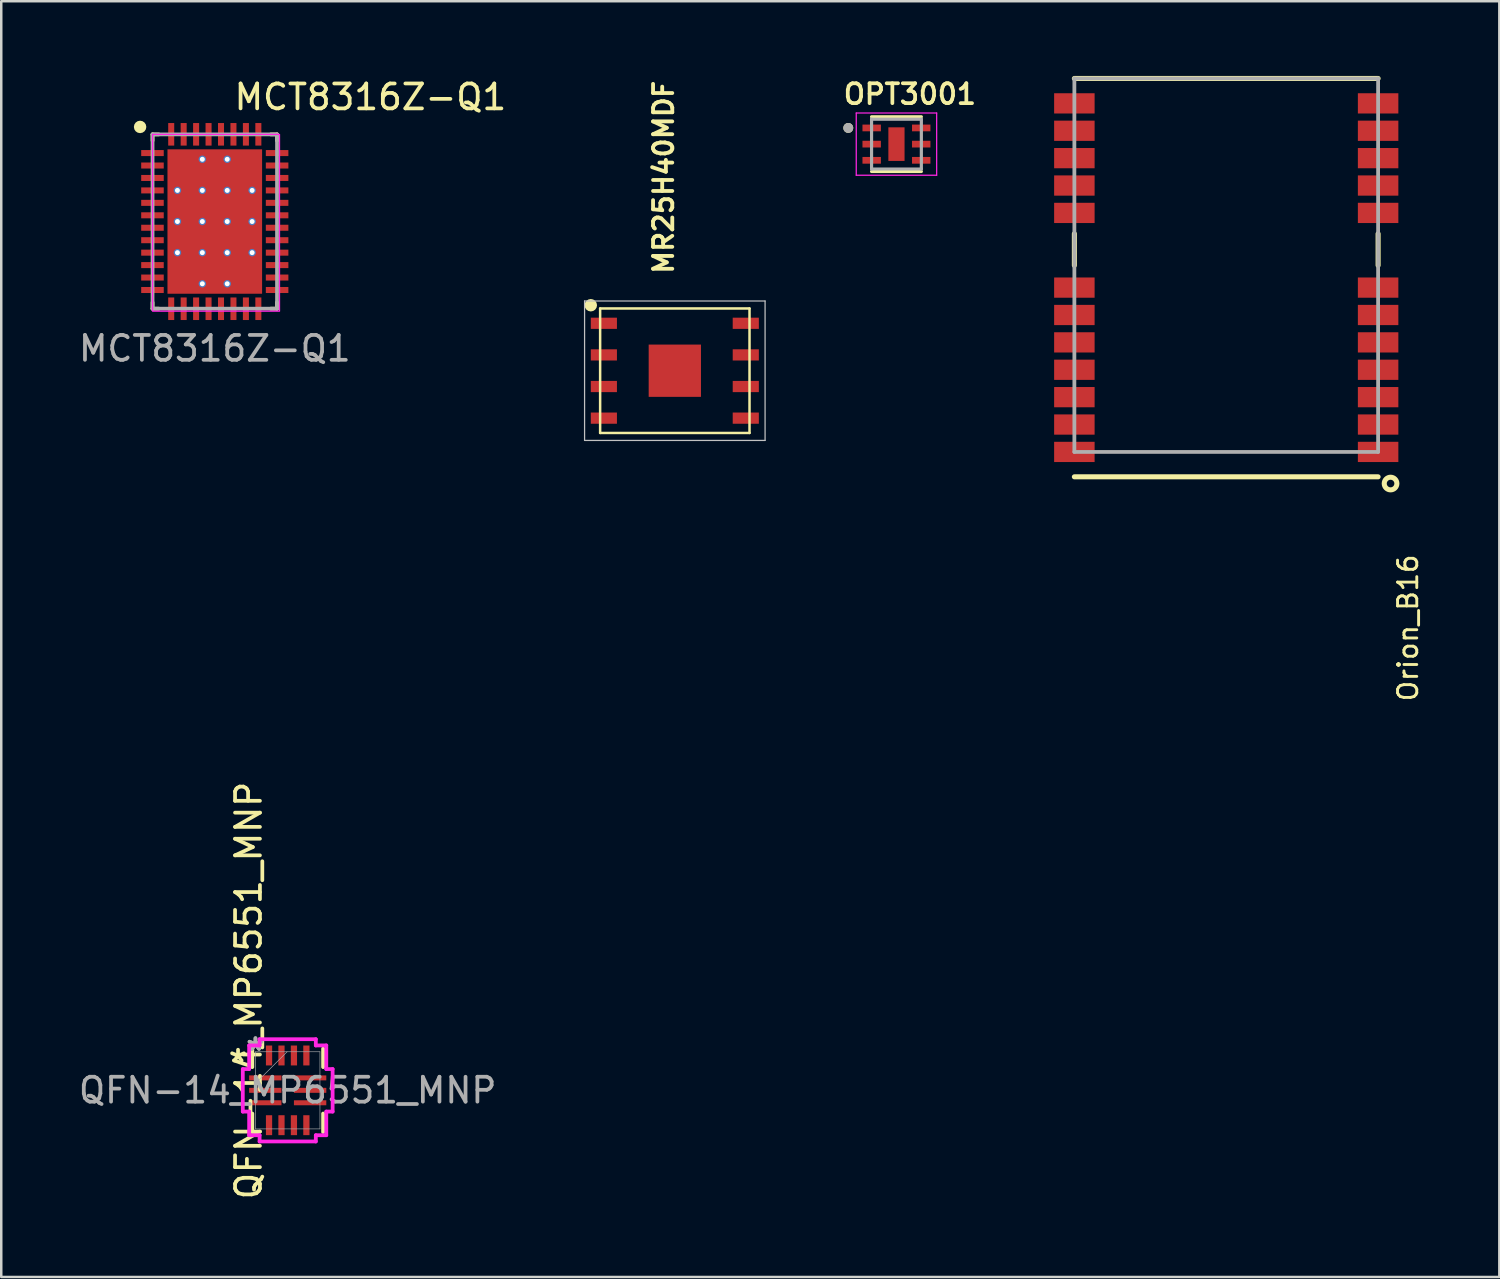
<source format=kicad_pcb>
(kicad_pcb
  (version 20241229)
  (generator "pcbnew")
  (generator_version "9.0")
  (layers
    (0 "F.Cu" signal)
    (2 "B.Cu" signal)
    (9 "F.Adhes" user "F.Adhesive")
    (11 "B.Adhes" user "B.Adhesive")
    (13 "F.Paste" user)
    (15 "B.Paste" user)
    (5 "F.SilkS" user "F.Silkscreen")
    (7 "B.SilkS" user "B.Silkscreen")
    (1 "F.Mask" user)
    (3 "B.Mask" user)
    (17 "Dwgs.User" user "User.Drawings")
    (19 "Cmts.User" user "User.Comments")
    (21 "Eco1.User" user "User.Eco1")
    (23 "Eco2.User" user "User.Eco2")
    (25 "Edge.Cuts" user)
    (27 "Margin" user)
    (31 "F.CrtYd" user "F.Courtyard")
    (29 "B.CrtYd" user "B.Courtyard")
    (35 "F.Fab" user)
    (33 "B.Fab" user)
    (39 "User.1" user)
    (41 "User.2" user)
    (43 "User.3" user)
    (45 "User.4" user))
  (footprint "MCT8316Z-Q1"
    (layer "F.Cu")
    (at 5.577 5.848)
    (property "Reference" "MCT8316Z-Q1" (at 6.25 -5 0) (unlocked yes) (layer "F.SilkS") (effects (font (size 1 1) (thickness 0.15))))
    (fp_line (start -2.5 -3.5) (end -2.25 -3.5) (stroke (width 0.15) (type solid)) (layer "F.SilkS"))
    (fp_line (start -2.5 -3.25) (end -2.5 -3.5) (stroke (width 0.15) (type solid)) (layer "F.SilkS"))
    (fp_line (start -2.5 3.5) (end -2.5 3.25) (stroke (width 0.15) (type solid)) (layer "F.SilkS"))
    (fp_line (start -2.5 3.5) (end -2.25 3.5) (stroke (width 0.15) (type solid)) (layer "F.SilkS"))
    (fp_line (start 2.25 -3.5) (end 2.5 -3.5) (stroke (width 0.15) (type solid)) (layer "F.SilkS"))
    (fp_line (start 2.25 3.5) (end 2.5 3.5) (stroke (width 0.15) (type solid)) (layer "F.SilkS"))
    (fp_line (start 2.5 -3.25) (end 2.5 -3.5) (stroke (width 0.15) (type solid)) (layer "F.SilkS"))
    (fp_line (start 2.5 3.5) (end 2.5 3.25) (stroke (width 0.15) (type solid)) (layer "F.SilkS"))
    (fp_circle (center -3 -3.8) (end -2.875 -3.8) (stroke (width 0.25) (type solid)) (fill no) (layer "F.SilkS"))
    (fp_poly (pts (xy -1.278 -0.311) (xy 1.278 -0.311) (xy 1.278 -2.278) (xy -1.278 -2.278)) (stroke (width 0) (type solid)) (fill yes) (layer "F.Paste"))
    (fp_poly (pts (xy -1.278 2.278) (xy 1.278 2.278) (xy 1.278 0.311) (xy -1.278 0.311)) (stroke (width 0) (type solid)) (fill yes) (layer "F.Paste"))
    (fp_rect (start -2.5 -3.5) (end 2.6 3.6) (stroke (width 0.05) (type default)) (fill no) (layer "F.CrtYd"))
    (fp_line (start -2.5 -3.5) (end 2.5 -3.5) (stroke (width 0.15) (type solid)) (layer "F.Fab"))
    (fp_line (start -2.5 3.5) (end -2.5 -3.5) (stroke (width 0.15) (type solid)) (layer "F.Fab"))
    (fp_line (start -2.5 3.5) (end 2.5 3.5) (stroke (width 0.15) (type solid)) (layer "F.Fab"))
    (fp_line (start 2.5 3.5) (end 2.5 -3.5) (stroke (width 0.15) (type solid)) (layer "F.Fab"))
    (fp_text user "${REFERENCE}" (at 0 5.1 0) (unlocked yes) (layer "F.Fab") (effects (font (size 1 1) (thickness 0.15))))
    (pad "1" smd rect (at -2.503 -2.75 90) (size 0.242 0.906) (layers "F.Cu" "F.Mask" "F.Paste"))
    (pad "2" smd rect (at -2.503 -2.25 90) (size 0.242 0.906) (layers "F.Cu" "F.Mask" "F.Paste"))
    (pad "3" smd rect (at -2.503 -1.75 90) (size 0.242 0.906) (layers "F.Cu" "F.Mask" "F.Paste"))
    (pad "4" smd rect (at -2.503 -1.25 90) (size 0.242 0.906) (layers "F.Cu" "F.Mask" "F.Paste"))
    (pad "5" smd rect (at -2.503 -0.75 90) (size 0.242 0.906) (layers "F.Cu" "F.Mask" "F.Paste"))
    (pad "6" smd rect (at -2.503 -0.25 90) (size 0.242 0.906) (layers "F.Cu" "F.Mask" "F.Paste"))
    (pad "7" smd rect (at -2.503 0.25 90) (size 0.242 0.906) (layers "F.Cu" "F.Mask" "F.Paste"))
    (pad "8" smd rect (at -2.503 0.75 90) (size 0.242 0.906) (layers "F.Cu" "F.Mask" "F.Paste"))
    (pad "9" smd rect (at -2.503 1.25 90) (size 0.242 0.906) (layers "F.Cu" "F.Mask" "F.Paste"))
    (pad "10" smd rect (at -2.503 1.75 90) (size 0.242 0.906) (layers "F.Cu" "F.Mask" "F.Paste"))
    (pad "11" smd rect (at -2.503 2.25 90) (size 0.242 0.906) (layers "F.Cu" "F.Mask" "F.Paste"))
    (pad "12" smd rect (at -2.503 2.75 90) (size 0.242 0.906) (layers "F.Cu" "F.Mask" "F.Paste"))
    (pad "13" smd rect (at -1.75 3.503) (size 0.242 0.906) (layers "F.Cu" "F.Mask" "F.Paste"))
    (pad "14" smd rect (at -1.25 3.503) (size 0.242 0.906) (layers "F.Cu" "F.Mask" "F.Paste"))
    (pad "15" smd rect (at -0.75 3.503) (size 0.242 0.906) (layers "F.Cu" "F.Mask" "F.Paste"))
    (pad "16" smd rect (at -0.25 3.503) (size 0.242 0.906) (layers "F.Cu" "F.Mask" "F.Paste"))
    (pad "17" smd rect (at 0.25 3.503) (size 0.242 0.906) (layers "F.Cu" "F.Mask" "F.Paste"))
    (pad "18" smd rect (at 0.75 3.503) (size 0.242 0.906) (layers "F.Cu" "F.Mask" "F.Paste"))
    (pad "19" smd rect (at 1.25 3.503) (size 0.242 0.906) (layers "F.Cu" "F.Mask" "F.Paste"))
    (pad "20" smd rect (at 1.75 3.503) (size 0.242 0.906) (layers "F.Cu" "F.Mask" "F.Paste"))
    (pad "21" smd rect (at 2.503 2.75 90) (size 0.242 0.906) (layers "F.Cu" "F.Mask" "F.Paste"))
    (pad "22" smd rect (at 2.503 2.25 90) (size 0.242 0.906) (layers "F.Cu" "F.Mask" "F.Paste"))
    (pad "23" smd rect (at 2.503 1.75 90) (size 0.242 0.906) (layers "F.Cu" "F.Mask" "F.Paste"))
    (pad "24" smd rect (at 2.503 1.25 90) (size 0.242 0.906) (layers "F.Cu" "F.Mask" "F.Paste"))
    (pad "25" smd rect (at 2.503 0.75 90) (size 0.242 0.906) (layers "F.Cu" "F.Mask" "F.Paste"))
    (pad "26" smd rect (at 2.503 0.25 90) (size 0.242 0.906) (layers "F.Cu" "F.Mask" "F.Paste"))
    (pad "27" smd rect (at 2.503 -0.25 90) (size 0.242 0.906) (layers "F.Cu" "F.Mask" "F.Paste"))
    (pad "28" smd rect (at 2.503 -0.75 90) (size 0.242 0.906) (layers "F.Cu" "F.Mask" "F.Paste"))
    (pad "29" smd rect (at 2.503 -1.25 90) (size 0.242 0.906) (layers "F.Cu" "F.Mask" "F.Paste"))
    (pad "30" smd rect (at 2.503 -1.75 90) (size 0.242 0.906) (layers "F.Cu" "F.Mask" "F.Paste"))
    (pad "31" smd rect (at 2.503 -2.25 90) (size 0.242 0.906) (layers "F.Cu" "F.Mask" "F.Paste"))
    (pad "32" smd rect (at 2.503 -2.75 90) (size 0.242 0.906) (layers "F.Cu" "F.Mask" "F.Paste"))
    (pad "33" smd rect (at 1.75 -3.503) (size 0.242 0.906) (layers "F.Cu" "F.Mask" "F.Paste"))
    (pad "34" smd rect (at 1.25 -3.503) (size 0.242 0.906) (layers "F.Cu" "F.Mask" "F.Paste"))
    (pad "35" smd rect (at 0.75 -3.503) (size 0.242 0.906) (layers "F.Cu" "F.Mask" "F.Paste"))
    (pad "36" smd rect (at 0.25 -3.503) (size 0.242 0.906) (layers "F.Cu" "F.Mask" "F.Paste"))
    (pad "37" smd rect (at -0.25 -3.503) (size 0.242 0.906) (layers "F.Cu" "F.Mask" "F.Paste"))
    (pad "38" smd rect (at -0.75 -3.503) (size 0.242 0.906) (layers "F.Cu" "F.Mask" "F.Paste"))
    (pad "39" smd rect (at -1.25 -3.503) (size 0.242 0.906) (layers "F.Cu" "F.Mask" "F.Paste"))
    (pad "40" smd rect (at -1.75 -3.503) (size 0.242 0.906) (layers "F.Cu" "F.Mask" "F.Paste"))
    (pad "41" thru_hole circle (at -1.5 -1.25) (size 0.3 0.3) (drill 0.2) (layers "*.Cu" "*.Mask"))
    (pad "41" thru_hole circle (at -1.5 0) (size 0.3 0.3) (drill 0.2) (layers "*.Cu" "*.Mask"))
    (pad "41" thru_hole circle (at -1.5 1.25) (size 0.3 0.3) (drill 0.2) (layers "*.Cu" "*.Mask"))
    (pad "41" thru_hole circle (at -0.5 -2.5) (size 0.3 0.3) (drill 0.2) (layers "*.Cu" "*.Mask"))
    (pad "41" thru_hole circle (at -0.5 -1.25) (size 0.3 0.3) (drill 0.2) (layers "*.Cu" "*.Mask"))
    (pad "41" thru_hole circle (at -0.5 0) (size 0.3 0.3) (drill 0.2) (layers "*.Cu" "*.Mask"))
    (pad "41" thru_hole circle (at -0.5 1.25) (size 0.3 0.3) (drill 0.2) (layers "*.Cu" "*.Mask"))
    (pad "41" thru_hole circle (at -0.5 2.5) (size 0.3 0.3) (drill 0.2) (layers "*.Cu" "*.Mask"))
    (pad "41" smd rect (at 0 0) (size 3.8 5.8) (layers "F.Cu" "F.Mask"))
    (pad "41" thru_hole circle (at 0.5 -2.5) (size 0.3 0.3) (drill 0.2) (layers "*.Cu" "*.Mask"))
    (pad "41" thru_hole circle (at 0.5 -1.25) (size 0.3 0.3) (drill 0.2) (layers "*.Cu" "*.Mask"))
    (pad "41" thru_hole circle (at 0.5 0) (size 0.3 0.3) (drill 0.2) (layers "*.Cu" "*.Mask"))
    (pad "41" thru_hole circle (at 0.5 1.25) (size 0.3 0.3) (drill 0.2) (layers "*.Cu" "*.Mask"))
    (pad "41" thru_hole circle (at 0.5 2.5) (size 0.3 0.3) (drill 0.2) (layers "*.Cu" "*.Mask"))
    (pad "41" thru_hole circle (at 1.5 -1.25) (size 0.3 0.3) (drill 0.2) (layers "*.Cu" "*.Mask"))
    (pad "41" thru_hole circle (at 1.5 0) (size 0.3 0.3) (drill 0.2) (layers "*.Cu" "*.Mask"))
    (pad "41" thru_hole circle (at 1.5 1.25) (size 0.3 0.3) (drill 0.2) (layers "*.Cu" "*.Mask")))
  (footprint "MR25H40MDF"
    (layer "F.Cu")
    (at 24.055 11.84)
    (property "Reference" "MR25H40MDF" (at 0 -3.81 270) (layer "F.SilkS") (effects (font (size 0.772 0.772) (thickness 0.154)) (justify left bottom)))
    (attr smd)
    (fp_line (start -3 -2.5) (end 3 -2.5) (stroke (width 0.1) (type solid)) (layer "F.SilkS"))
    (fp_line (start -3 2.5) (end -3 -2.5) (stroke (width 0.1) (type solid)) (layer "F.SilkS"))
    (fp_line (start 3 -2.5) (end 3 2.5) (stroke (width 0.1) (type solid)) (layer "F.SilkS"))
    (fp_line (start 3 2.5) (end -3 2.5) (stroke (width 0.1) (type solid)) (layer "F.SilkS"))
    (fp_circle (center -3.375 -2.63) (end -3.25 -2.63) (stroke (width 0.25) (type solid)) (fill no) (layer "F.SilkS"))
    (fp_line (start -3.625 -2.8) (end 3.625 -2.8) (stroke (width 0.05) (type solid)) (layer "Dwgs.User"))
    (fp_line (start -3.625 2.8) (end -3.625 -2.8) (stroke (width 0.05) (type solid)) (layer "Dwgs.User"))
    (fp_line (start 3.625 -2.8) (end 3.625 2.8) (stroke (width 0.05) (type solid)) (layer "Dwgs.User"))
    (fp_line (start 3.625 2.8) (end -3.625 2.8) (stroke (width 0.05) (type solid)) (layer "Dwgs.User"))
    (pad "1" smd rect (at -2.85 -1.905) (size 1.05 0.45) (layers "F.Cu" "F.Mask" "F.Paste"))
    (pad "2" smd rect (at -2.85 -0.635) (size 1.05 0.45) (layers "F.Cu" "F.Mask" "F.Paste"))
    (pad "3" smd rect (at -2.85 0.635) (size 1.05 0.45) (layers "F.Cu" "F.Mask" "F.Paste"))
    (pad "4" smd rect (at -2.85 1.905) (size 1.05 0.45) (layers "F.Cu" "F.Mask" "F.Paste"))
    (pad "5" smd rect (at 2.85 1.905) (size 1.05 0.45) (layers "F.Cu" "F.Mask" "F.Paste"))
    (pad "6" smd rect (at 2.85 0.635) (size 1.05 0.45) (layers "F.Cu" "F.Mask" "F.Paste"))
    (pad "7" smd rect (at 2.85 -0.635) (size 1.05 0.45) (layers "F.Cu" "F.Mask" "F.Paste"))
    (pad "8" smd rect (at 2.85 -1.905) (size 1.05 0.45) (layers "F.Cu" "F.Mask" "F.Paste"))
    (pad "9" smd rect (at 0 0 90) (size 2.1 2.1) (layers "F.Cu" "F.Mask" "F.Paste")))
  (footprint "Orion_B16"
    (layer "F.Cu")
    (at 46.453 7.482)
    (property "Reference" "Orion_B16" (at 6.6 11.67 90) (layer "F.SilkS") (effects (font (size 0.772 0.772) (thickness 0.116)) (justify right top)))
    (attr smd)
    (fp_line (start -6.35 -1.143) (end -6.35 0.127) (stroke (width 0.203) (type solid)) (layer "F.SilkS"))
    (fp_line (start -6.35 8.62) (end 5.85 8.62) (stroke (width 0.203) (type solid)) (layer "F.SilkS"))
    (fp_line (start 5.85 -7.38) (end -6.35 -7.38) (stroke (width 0.203) (type solid)) (layer "F.SilkS"))
    (fp_line (start 5.85 0.127) (end 5.85 -1.143) (stroke (width 0.203) (type solid)) (layer "F.SilkS"))
    (fp_circle (center 6.35 8.89) (end 6.604 8.89) (stroke (width 0.203) (type solid)) (fill no) (layer "F.SilkS"))
    (fp_line (start -6.35 -7.38) (end -6.35 7.62) (stroke (width 0.152) (type solid)) (layer "F.Fab"))
    (fp_line (start -6.35 7.62) (end 5.85 7.62) (stroke (width 0.152) (type solid)) (layer "F.Fab"))
    (fp_line (start 5.85 -7.38) (end -6.35 -7.38) (stroke (width 0.152) (type solid)) (layer "F.Fab"))
    (fp_line (start 5.85 7.62) (end 5.85 -7.38) (stroke (width 0.152) (type solid)) (layer "F.Fab"))
    (pad "1" smd rect (at 5.85 7.62 90) (size 0.813 1.626) (layers "F.Cu" "F.Mask" "F.Paste"))
    (pad "2" smd rect (at 5.85 6.52 90) (size 0.813 1.626) (layers "F.Cu" "F.Mask" "F.Paste"))
    (pad "3" smd rect (at 5.85 5.42 90) (size 0.813 1.626) (layers "F.Cu" "F.Mask" "F.Paste"))
    (pad "4" smd rect (at 5.85 4.32 90) (size 0.813 1.626) (layers "F.Cu" "F.Mask" "F.Paste"))
    (pad "5" smd rect (at 5.85 3.22 90) (size 0.813 1.626) (layers "F.Cu" "F.Mask" "F.Paste"))
    (pad "6" smd rect (at 5.85 2.12 90) (size 0.813 1.626) (layers "F.Cu" "F.Mask" "F.Paste"))
    (pad "7" smd rect (at 5.85 1.02 90) (size 0.813 1.626) (layers "F.Cu" "F.Mask" "F.Paste"))
    (pad "8" smd rect (at 5.85 -1.98 90) (size 0.813 1.626) (layers "F.Cu" "F.Mask" "F.Paste"))
    (pad "9" smd rect (at 5.85 -3.08 90) (size 0.813 1.626) (layers "F.Cu" "F.Mask" "F.Paste"))
    (pad "10" smd rect (at 5.85 -4.18 90) (size 0.813 1.626) (layers "F.Cu" "F.Mask" "F.Paste"))
    (pad "11" smd rect (at 5.85 -5.28 90) (size 0.813 1.626) (layers "F.Cu" "F.Mask" "F.Paste"))
    (pad "12" smd rect (at 5.85 -6.38 90) (size 0.813 1.626) (layers "F.Cu" "F.Mask" "F.Paste"))
    (pad "13" smd rect (at -6.35 -6.38 90) (size 0.813 1.626) (layers "F.Cu" "F.Mask" "F.Paste"))
    (pad "14" smd rect (at -6.35 -5.28 90) (size 0.813 1.626) (layers "F.Cu" "F.Mask" "F.Paste"))
    (pad "15" smd rect (at -6.35 -4.18 90) (size 0.813 1.626) (layers "F.Cu" "F.Mask" "F.Paste"))
    (pad "16" smd rect (at -6.35 -3.08 90) (size 0.813 1.626) (layers "F.Cu" "F.Mask" "F.Paste"))
    (pad "17" smd rect (at -6.35 -1.98 90) (size 0.813 1.626) (layers "F.Cu" "F.Mask" "F.Paste"))
    (pad "18" smd rect (at -6.35 1.02 90) (size 0.813 1.626) (layers "F.Cu" "F.Mask" "F.Paste"))
    (pad "19" smd rect (at -6.35 2.12 90) (size 0.813 1.626) (layers "F.Cu" "F.Mask" "F.Paste"))
    (pad "20" smd rect (at -6.35 3.22 90) (size 0.813 1.626) (layers "F.Cu" "F.Mask" "F.Paste"))
    (pad "21" smd rect (at -6.35 4.32 90) (size 0.813 1.626) (layers "F.Cu" "F.Mask" "F.Paste"))
    (pad "22" smd rect (at -6.35 5.42 90) (size 0.813 1.626) (layers "F.Cu" "F.Mask" "F.Paste"))
    (pad "23" smd rect (at -6.35 6.52 90) (size 0.813 1.626) (layers "F.Cu" "F.Mask" "F.Paste"))
    (pad "24" smd rect (at -6.35 7.62 90) (size 0.813 1.626) (layers "F.Cu" "F.Mask" "F.Paste")))
  (footprint "QFN-14_MP6551_MNP"
    (layer "F.Cu")
    (at 8.506 40.744)
    (property "Reference" "QFN-14_MP6551_MNP" (at -1.57 -4.01 90) (unlocked yes) (layer "F.SilkS") (effects (font (size 1 1) (thickness 0.15))))
    (attr smd)
    (fp_line (start -1.422 -0.933) (end -1.422 -1.676) (stroke (width 0.152) (type solid)) (layer "F.SilkS"))
    (fp_line (start -1.422 1.676) (end -1.422 0.933) (stroke (width 0.152) (type solid)) (layer "F.SilkS"))
    (fp_line (start 1.422 -1.676) (end 1.422 -0.933) (stroke (width 0.152) (type solid)) (layer "F.SilkS"))
    (fp_line (start 1.422 0.933) (end 1.422 1.676) (stroke (width 0.152) (type solid)) (layer "F.SilkS"))
    (fp_line (start -1.804 -0.854) (end -1.804 0.854) (stroke (width 0.152) (type solid)) (layer "F.CrtYd"))
    (fp_line (start -1.804 0.854) (end -1.549 0.854) (stroke (width 0.152) (type solid)) (layer "F.CrtYd"))
    (fp_line (start -1.549 -1.803) (end -1.549 -0.854) (stroke (width 0.152) (type solid)) (layer "F.CrtYd"))
    (fp_line (start -1.549 -0.854) (end -1.804 -0.854) (stroke (width 0.152) (type solid)) (layer "F.CrtYd"))
    (fp_line (start -1.549 0.854) (end -1.549 1.803) (stroke (width 0.152) (type solid)) (layer "F.CrtYd"))
    (fp_line (start -1.549 1.803) (end -1.129 1.803) (stroke (width 0.152) (type solid)) (layer "F.CrtYd"))
    (fp_line (start -1.129 -2.054) (end -1.129 -1.803) (stroke (width 0.152) (type solid)) (layer "F.CrtYd"))
    (fp_line (start -1.129 -1.803) (end -1.549 -1.803) (stroke (width 0.152) (type solid)) (layer "F.CrtYd"))
    (fp_line (start -1.129 1.803) (end -1.129 2.054) (stroke (width 0.152) (type solid)) (layer "F.CrtYd"))
    (fp_line (start -1.129 2.054) (end 1.129 2.054) (stroke (width 0.152) (type solid)) (layer "F.CrtYd"))
    (fp_line (start 1.129 -2.054) (end -1.129 -2.054) (stroke (width 0.152) (type solid)) (layer "F.CrtYd"))
    (fp_line (start 1.129 -1.803) (end 1.129 -2.054) (stroke (width 0.152) (type solid)) (layer "F.CrtYd"))
    (fp_line (start 1.129 1.803) (end 1.549 1.803) (stroke (width 0.152) (type solid)) (layer "F.CrtYd"))
    (fp_line (start 1.129 2.054) (end 1.129 1.803) (stroke (width 0.152) (type solid)) (layer "F.CrtYd"))
    (fp_line (start 1.549 -1.803) (end 1.129 -1.803) (stroke (width 0.152) (type solid)) (layer "F.CrtYd"))
    (fp_line (start 1.549 -0.854) (end 1.549 -1.803) (stroke (width 0.152) (type solid)) (layer "F.CrtYd"))
    (fp_line (start 1.549 0.854) (end 1.804 0.854) (stroke (width 0.152) (type solid)) (layer "F.CrtYd"))
    (fp_line (start 1.549 1.803) (end 1.549 0.854) (stroke (width 0.152) (type solid)) (layer "F.CrtYd"))
    (fp_line (start 1.804 -0.854) (end 1.549 -0.854) (stroke (width 0.152) (type solid)) (layer "F.CrtYd"))
    (fp_line (start 1.804 0.854) (end 1.804 -0.854) (stroke (width 0.152) (type solid)) (layer "F.CrtYd"))
    (fp_line (start -1.295 -1.549) (end -1.295 1.549) (stroke (width 0.025) (type solid)) (layer "F.Fab"))
    (fp_line (start -1.295 -0.279) (end -0.025 -1.549) (stroke (width 0.025) (type solid)) (layer "F.Fab"))
    (fp_line (start -1.295 1.549) (end 1.295 1.549) (stroke (width 0.025) (type solid)) (layer "F.Fab"))
    (fp_line (start 1.295 -1.549) (end -1.295 -1.549) (stroke (width 0.025) (type solid)) (layer "F.Fab"))
    (fp_line (start 1.295 1.549) (end 1.295 -1.549) (stroke (width 0.025) (type solid)) (layer "F.Fab"))
    (fp_text user "*" (at -1.995 -1.085 0) (unlocked yes) (layer "F.SilkS") (effects (font (size 1 1) (thickness 0.15))))
    (fp_text user "${REFERENCE}" (at 0 0 0) (unlocked yes) (layer "F.Fab") (effects (font (size 1 1) (thickness 0.15))))
    (fp_text user "*" (at -1.295 -1.549 180) (layer "F.Fab") (effects (font (size 1 1) (thickness 0.15))))
    (fp_text user "*" (at -1.295 -1.549 180) (layer "F.Fab") (effects (font (size 1 1) (thickness 0.15))))
    (pad "1" smd rect (at -0.9 -0.5) (size 1.3 0.2) (layers "F.Cu" "F.Mask" "F.Paste"))
    (pad "2" smd rect (at -0.9 0) (size 1.3 0.2) (layers "F.Cu" "F.Mask" "F.Paste"))
    (pad "3" smd rect (at -0.9 0.5) (size 1.3 0.2) (layers "F.Cu" "F.Mask" "F.Paste"))
    (pad "4" smd rect (at -0.75 1.4 90) (size 0.8 0.25) (layers "F.Cu" "F.Mask" "F.Paste"))
    (pad "5" smd rect (at -0.25 1.4 90) (size 0.8 0.25) (layers "F.Cu" "F.Mask" "F.Paste"))
    (pad "6" smd rect (at 0.25 1.4 90) (size 0.8 0.25) (layers "F.Cu" "F.Mask" "F.Paste"))
    (pad "7" smd rect (at 0.75 1.4 90) (size 0.8 0.25) (layers "F.Cu" "F.Mask" "F.Paste"))
    (pad "8" smd rect (at 0.9 0.5) (size 1.3 0.2) (layers "F.Cu" "F.Mask" "F.Paste"))
    (pad "9" smd rect (at 0.9 0) (size 1.3 0.2) (layers "F.Cu" "F.Mask" "F.Paste"))
    (pad "10" smd rect (at 0.9 -0.5) (size 1.3 0.2) (layers "F.Cu" "F.Mask" "F.Paste"))
    (pad "11" smd rect (at 0.75 -1.4 90) (size 0.8 0.25) (layers "F.Cu" "F.Mask" "F.Paste"))
    (pad "12" smd rect (at 0.25 -1.4 90) (size 0.8 0.25) (layers "F.Cu" "F.Mask" "F.Paste"))
    (pad "13" smd rect (at -0.25 -1.4 90) (size 0.8 0.25) (layers "F.Cu" "F.Mask" "F.Paste"))
    (pad "14" smd rect (at -0.75 -1.4 90) (size 0.8 0.25) (layers "F.Cu" "F.Mask" "F.Paste")))
  (footprint "OPT3001"
    (layer "F.Cu")
    (at 32.957 2.739)
    (property "Reference" "OPT3001" (at 0.54 -2.008 0) (layer "F.SilkS") (effects (font (size 0.8 0.8) (thickness 0.15))))
    (attr smd)
    (fp_line (start -1 -1.099) (end 1 -1.099) (stroke (width 0.127) (type solid)) (layer "F.SilkS"))
    (fp_line (start -1 1.099) (end 1 1.099) (stroke (width 0.127) (type solid)) (layer "F.SilkS"))
    (fp_circle (center -1.935 -0.65) (end -1.835 -0.65) (stroke (width 0.2) (type solid)) (fill no) (layer "F.SilkS"))
    (fp_poly (pts (xy -0.21 -0.43) (xy 0.21 -0.43) (xy 0.21 0.43) (xy -0.21 0.43)) (stroke (width 0.01) (type solid)) (fill yes) (layer "F.Paste"))
    (fp_line (start -1.615 -1.25) (end -1.615 1.25) (stroke (width 0.05) (type solid)) (layer "F.CrtYd"))
    (fp_line (start -1.615 -1.25) (end 1.615 -1.25) (stroke (width 0.05) (type solid)) (layer "F.CrtYd"))
    (fp_line (start -1.615 1.25) (end 1.615 1.25) (stroke (width 0.05) (type solid)) (layer "F.CrtYd"))
    (fp_line (start 1.615 -1.25) (end 1.615 1.25) (stroke (width 0.05) (type solid)) (layer "F.CrtYd"))
    (fp_line (start -1 -1) (end -1 1) (stroke (width 0.127) (type solid)) (layer "F.Fab"))
    (fp_line (start -1 -1) (end 1 -1) (stroke (width 0.127) (type solid)) (layer "F.Fab"))
    (fp_line (start -1 1) (end 1 1) (stroke (width 0.127) (type solid)) (layer "F.Fab"))
    (fp_line (start 1 -1) (end 1 1) (stroke (width 0.127) (type solid)) (layer "F.Fab"))
    (fp_circle (center -1.935 -0.65) (end -1.835 -0.65) (stroke (width 0.2) (type solid)) (fill no) (layer "F.Fab"))
    (pad "1" smd rect (at -0.995 -0.65) (size 0.74 0.27) (layers "F.Cu" "F.Mask" "F.Paste"))
    (pad "2" smd rect (at -0.995 0) (size 0.74 0.27) (layers "F.Cu" "F.Mask" "F.Paste"))
    (pad "3" smd rect (at -0.995 0.65) (size 0.74 0.27) (layers "F.Cu" "F.Mask" "F.Paste"))
    (pad "4" smd rect (at 0.995 0.65) (size 0.74 0.27) (layers "F.Cu" "F.Mask" "F.Paste"))
    (pad "5" smd rect (at 0.995 0) (size 0.74 0.27) (layers "F.Cu" "F.Mask" "F.Paste"))
    (pad "6" smd rect (at 0.995 -0.65) (size 0.74 0.27) (layers "F.Cu" "F.Mask" "F.Paste"))
    (pad "7" smd rect (at 0 0) (size 0.65 1.35) (layers "F.Cu" "F.Mask")))
  (gr_rect
    (start -3 -3)
    (end 57.172 48.24)
    (stroke (width 0.1) (type default))
    (fill no)
    (layer "Edge.Cuts")))
</source>
